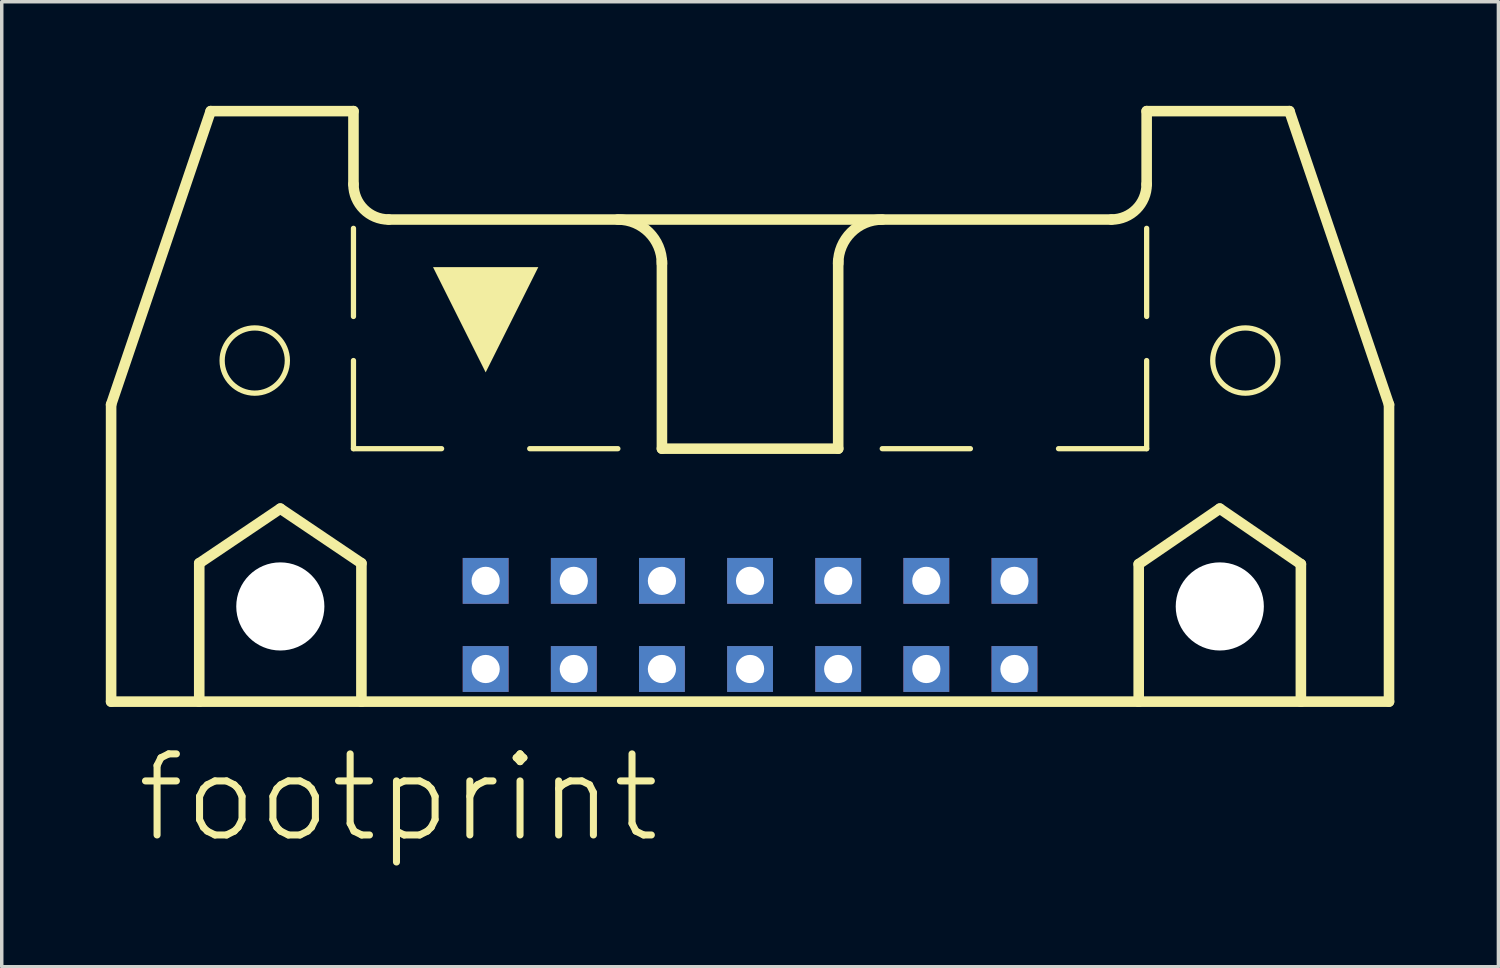
<source format=kicad_pcb>
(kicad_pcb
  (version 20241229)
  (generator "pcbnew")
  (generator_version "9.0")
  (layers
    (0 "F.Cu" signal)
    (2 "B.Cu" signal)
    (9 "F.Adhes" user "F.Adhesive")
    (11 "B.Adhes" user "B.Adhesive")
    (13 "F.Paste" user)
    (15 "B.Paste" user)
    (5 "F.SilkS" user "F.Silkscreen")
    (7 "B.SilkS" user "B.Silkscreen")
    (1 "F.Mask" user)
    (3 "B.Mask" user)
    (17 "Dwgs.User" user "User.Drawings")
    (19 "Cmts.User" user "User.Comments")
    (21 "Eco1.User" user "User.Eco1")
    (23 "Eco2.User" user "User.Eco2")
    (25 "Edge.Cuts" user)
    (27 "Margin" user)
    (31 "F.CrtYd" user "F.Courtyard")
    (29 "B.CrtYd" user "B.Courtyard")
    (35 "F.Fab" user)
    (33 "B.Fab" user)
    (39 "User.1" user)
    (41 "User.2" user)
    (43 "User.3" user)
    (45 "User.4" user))
  (footprint "footprint"
    (layer "F.Cu")
    (at 18.567 11.151)
    (property "Reference" "footprint" (at -17.78 10.16 0) (layer "F.SilkS") (effects (font (size 2.337 2.337) (thickness 0.203)) (justify left bottom)))
    (fp_line (start -18.415 -2.54) (end -18.415 6.02) (stroke (width 0.305) (type solid)) (layer "F.SilkS"))
    (fp_line (start -18.415 -2.54) (end -15.545 -10.998) (stroke (width 0.305) (type solid)) (layer "F.SilkS"))
    (fp_line (start -18.415 6.02) (end -15.875 6.02) (stroke (width 0.305) (type solid)) (layer "F.SilkS"))
    (fp_line (start -15.875 2.032) (end -13.538 0.457) (stroke (width 0.305) (type solid)) (layer "F.SilkS"))
    (fp_line (start -15.875 6.02) (end -15.875 2.032) (stroke (width 0.305) (type solid)) (layer "F.SilkS"))
    (fp_line (start -15.875 6.02) (end -11.201 6.02) (stroke (width 0.305) (type solid)) (layer "F.SilkS"))
    (fp_line (start -13.538 0.457) (end -11.201 2.032) (stroke (width 0.305) (type solid)) (layer "F.SilkS"))
    (fp_line (start -11.43 -10.998) (end -15.545 -10.998) (stroke (width 0.305) (type solid)) (layer "F.SilkS"))
    (fp_line (start -11.43 -8.89) (end -11.43 -10.998) (stroke (width 0.305) (type solid)) (layer "F.SilkS"))
    (fp_line (start -11.43 -5.08) (end -11.43 -7.62) (stroke (width 0.152) (type solid)) (layer "F.SilkS"))
    (fp_line (start -11.43 -1.27) (end -11.43 -3.81) (stroke (width 0.152) (type solid)) (layer "F.SilkS"))
    (fp_line (start -11.43 -1.27) (end -8.89 -1.27) (stroke (width 0.152) (type solid)) (layer "F.SilkS"))
    (fp_line (start -11.201 2.032) (end -11.201 6.02) (stroke (width 0.305) (type solid)) (layer "F.SilkS"))
    (fp_line (start -11.201 6.02) (end 11.201 6.02) (stroke (width 0.305) (type solid)) (layer "F.SilkS"))
    (fp_line (start -10.414 -7.874) (end 10.414 -7.874) (stroke (width 0.305) (type solid)) (layer "F.SilkS"))
    (fp_line (start -6.35 -1.27) (end -3.81 -1.27) (stroke (width 0.152) (type solid)) (layer "F.SilkS"))
    (fp_line (start -2.54 -1.27) (end -2.54 -6.68) (stroke (width 0.305) (type solid)) (layer "F.SilkS"))
    (fp_line (start 0 -1.27) (end 2.54 -1.27) (stroke (width 0.152) (type solid)) (layer "F.SilkS"))
    (fp_line (start 2.54 -1.27) (end -2.54 -1.27) (stroke (width 0.305) (type solid)) (layer "F.SilkS"))
    (fp_line (start 2.54 -1.27) (end 2.54 -6.68) (stroke (width 0.305) (type solid)) (layer "F.SilkS"))
    (fp_line (start 6.35 -1.27) (end 3.81 -1.27) (stroke (width 0.152) (type solid)) (layer "F.SilkS"))
    (fp_line (start 11.201 2.057) (end 13.538 0.457) (stroke (width 0.305) (type solid)) (layer "F.SilkS"))
    (fp_line (start 11.201 6.02) (end 11.201 2.057) (stroke (width 0.305) (type solid)) (layer "F.SilkS"))
    (fp_line (start 11.201 6.02) (end 15.875 6.02) (stroke (width 0.305) (type solid)) (layer "F.SilkS"))
    (fp_line (start 11.43 -10.998) (end 15.545 -10.998) (stroke (width 0.305) (type solid)) (layer "F.SilkS"))
    (fp_line (start 11.43 -8.89) (end 11.43 -10.998) (stroke (width 0.305) (type solid)) (layer "F.SilkS"))
    (fp_line (start 11.43 -5.08) (end 11.43 -7.62) (stroke (width 0.152) (type solid)) (layer "F.SilkS"))
    (fp_line (start 11.43 -1.27) (end 8.89 -1.27) (stroke (width 0.152) (type solid)) (layer "F.SilkS"))
    (fp_line (start 11.43 -1.27) (end 11.43 -3.81) (stroke (width 0.152) (type solid)) (layer "F.SilkS"))
    (fp_line (start 13.538 0.457) (end 15.875 2.057) (stroke (width 0.305) (type solid)) (layer "F.SilkS"))
    (fp_line (start 15.875 2.057) (end 15.875 6.02) (stroke (width 0.305) (type solid)) (layer "F.SilkS"))
    (fp_line (start 15.875 6.02) (end 18.415 6.02) (stroke (width 0.305) (type solid)) (layer "F.SilkS"))
    (fp_line (start 18.415 -2.54) (end 15.545 -10.998) (stroke (width 0.305) (type solid)) (layer "F.SilkS"))
    (fp_line (start 18.415 6.02) (end 18.415 -2.54) (stroke (width 0.305) (type solid)) (layer "F.SilkS"))
    (fp_arc (start -10.414 -7.874) (mid -11.13242 -8.17158) (end -11.43 -8.89) (stroke (width 0.3048) (type solid)) (layer "F.SilkS"))
    (fp_arc (start -3.81 -7.874) (mid -2.911974 -7.502026) (end -2.54 -6.604) (stroke (width 0.3048) (type solid)) (layer "F.SilkS"))
    (fp_arc (start 2.54 -6.604) (mid 2.911974 -7.502026) (end 3.81 -7.874) (stroke (width 0.3048) (type solid)) (layer "F.SilkS"))
    (fp_arc (start 11.43 -8.89) (mid 11.13242 -8.17158) (end 10.414 -7.874) (stroke (width 0.3048) (type solid)) (layer "F.SilkS"))
    (fp_circle (center -14.275 -3.81) (end -13.335 -3.81) (stroke (width 0.152) (type solid)) (fill no) (layer "F.SilkS"))
    (fp_circle (center 14.275 -3.81) (end 15.215 -3.81) (stroke (width 0.152) (type solid)) (fill no) (layer "F.SilkS"))
    (fp_poly (pts (xy -7.62 -3.469) (xy -9.137 -6.502) (xy -6.103 -6.502)) (stroke (width 0) (type solid)) (fill yes) (layer "F.SilkS"))
    (pad "" np_thru_hole circle (at -13.538 3.277) (size 2.54 2.54) (drill 2.54) (layers "*.Cu" "*.Mask"))
    (pad "" np_thru_hole circle (at 13.538 3.277) (size 2.54 2.54) (drill 2.54) (layers "*.Cu" "*.Mask"))
    (pad "1" thru_hole rect (at -7.62 5.08) (size 1.321 1.321) (drill 0.813) (layers "*.Cu" "*.Mask"))
    (pad "2" thru_hole rect (at -7.62 2.54) (size 1.321 1.321) (drill 0.813) (layers "*.Cu" "*.Mask"))
    (pad "3" thru_hole rect (at -5.08 5.08) (size 1.321 1.321) (drill 0.813) (layers "*.Cu" "*.Mask"))
    (pad "4" thru_hole rect (at -5.08 2.54) (size 1.321 1.321) (drill 0.813) (layers "*.Cu" "*.Mask"))
    (pad "5" thru_hole rect (at -2.54 5.08) (size 1.321 1.321) (drill 0.813) (layers "*.Cu" "*.Mask"))
    (pad "6" thru_hole rect (at -2.54 2.54) (size 1.321 1.321) (drill 0.813) (layers "*.Cu" "*.Mask"))
    (pad "7" thru_hole rect (at 0 5.08) (size 1.321 1.321) (drill 0.813) (layers "*.Cu" "*.Mask"))
    (pad "8" thru_hole rect (at 0 2.54) (size 1.321 1.321) (drill 0.813) (layers "*.Cu" "*.Mask"))
    (pad "9" thru_hole rect (at 2.54 5.08) (size 1.321 1.321) (drill 0.813) (layers "*.Cu" "*.Mask"))
    (pad "10" thru_hole rect (at 2.54 2.54) (size 1.321 1.321) (drill 0.813) (layers "*.Cu" "*.Mask"))
    (pad "11" thru_hole rect (at 5.08 5.08) (size 1.321 1.321) (drill 0.813) (layers "*.Cu" "*.Mask"))
    (pad "12" thru_hole rect (at 5.08 2.54) (size 1.321 1.321) (drill 0.813) (layers "*.Cu" "*.Mask"))
    (pad "13" thru_hole rect (at 7.62 5.08) (size 1.321 1.321) (drill 0.813) (layers "*.Cu" "*.Mask"))
    (pad "14" thru_hole rect (at 7.62 2.54) (size 1.321 1.321) (drill 0.813) (layers "*.Cu" "*.Mask"))
    (zone (net_name "") (layer "F.Cu") (hatch edge 0.508) (connect_pads) (min_thickness 0.254) (filled_areas_thickness no) (keepout (tracks not_allowed) (vias not_allowed) (pads not_allowed) (copperpour not_allowed) (footprints allowed)) (placement (enabled no)) (fill) (polygon (pts (xy 6.96 14.427) (xy 6.93 14.092) (xy 6.843 13.767) (xy 6.701 13.462) (xy 6.508 13.186) (xy 6.27 12.948) (xy 5.994 12.755) (xy 5.689 12.613) (xy 5.364 12.526) (xy 5.029 12.497) (xy 4.694 12.526) (xy 4.369 12.613) (xy 4.064 12.755) (xy 3.788 12.948) (xy 3.55 13.186) (xy 3.357 13.462) (xy 3.215 13.767) (xy 3.128 14.092) (xy 3.099 14.427) (xy 3.128 14.762) (xy 3.215 15.087) (xy 3.357 15.392) (xy 3.55 15.668) (xy 3.788 15.906) (xy 4.064 16.099) (xy 4.369 16.241) (xy 4.694 16.328) (xy 5.029 16.358) (xy 5.364 16.328) (xy 5.689 16.241) (xy 5.994 16.099) (xy 6.27 15.906) (xy 6.508 15.668) (xy 6.701 15.392) (xy 6.843 15.087) (xy 6.93 14.762))))
    (zone (net_name "") (layer "F.Cu") (hatch edge 0.508) (connect_pads) (min_thickness 0.254) (filled_areas_thickness no) (keepout (tracks not_allowed) (vias not_allowed) (pads not_allowed) (copperpour not_allowed) (footprints allowed)) (placement (enabled no)) (fill) (polygon (pts (xy 34.036 14.427) (xy 34.007 14.092) (xy 33.92 13.767) (xy 33.777 13.462) (xy 33.584 13.186) (xy 33.346 12.948) (xy 33.071 12.755) (xy 32.766 12.613) (xy 32.441 12.526) (xy 32.106 12.497) (xy 31.77 12.526) (xy 31.445 12.613) (xy 31.14 12.755) (xy 30.865 12.948) (xy 30.627 13.186) (xy 30.434 13.462) (xy 30.292 13.767) (xy 30.205 14.092) (xy 30.175 14.427) (xy 30.205 14.762) (xy 30.292 15.087) (xy 30.434 15.392) (xy 30.627 15.668) (xy 30.865 15.906) (xy 31.14 16.099) (xy 31.445 16.241) (xy 31.77 16.328) (xy 32.106 16.358) (xy 32.441 16.328) (xy 32.766 16.241) (xy 33.071 16.099) (xy 33.346 15.906) (xy 33.584 15.668) (xy 33.777 15.392) (xy 33.92 15.087) (xy 34.007 14.762))))
    (zone (net_name "") (layer "B.Cu") (hatch edge 0.508) (connect_pads) (min_thickness 0.254) (filled_areas_thickness no) (keepout (tracks not_allowed) (vias not_allowed) (pads not_allowed) (copperpour not_allowed) (footprints allowed)) (placement (enabled no)) (fill) (polygon (pts (xy 6.96 14.427) (xy 6.93 14.092) (xy 6.843 13.767) (xy 6.701 13.462) (xy 6.508 13.186) (xy 6.27 12.948) (xy 5.994 12.755) (xy 5.689 12.613) (xy 5.364 12.526) (xy 5.029 12.497) (xy 4.694 12.526) (xy 4.369 12.613) (xy 4.064 12.755) (xy 3.788 12.948) (xy 3.55 13.186) (xy 3.357 13.462) (xy 3.215 13.767) (xy 3.128 14.092) (xy 3.099 14.427) (xy 3.128 14.762) (xy 3.215 15.087) (xy 3.357 15.392) (xy 3.55 15.668) (xy 3.788 15.906) (xy 4.064 16.099) (xy 4.369 16.241) (xy 4.694 16.328) (xy 5.029 16.358) (xy 5.364 16.328) (xy 5.689 16.241) (xy 5.994 16.099) (xy 6.27 15.906) (xy 6.508 15.668) (xy 6.701 15.392) (xy 6.843 15.087) (xy 6.93 14.762))))
    (zone (net_name "") (layer "B.Cu") (hatch edge 0.508) (connect_pads) (min_thickness 0.254) (filled_areas_thickness no) (keepout (tracks not_allowed) (vias not_allowed) (pads not_allowed) (copperpour not_allowed) (footprints allowed)) (placement (enabled no)) (fill) (polygon (pts (xy 34.036 14.427) (xy 34.007 14.092) (xy 33.92 13.767) (xy 33.777 13.462) (xy 33.584 13.186) (xy 33.346 12.948) (xy 33.071 12.755) (xy 32.766 12.613) (xy 32.441 12.526) (xy 32.106 12.497) (xy 31.77 12.526) (xy 31.445 12.613) (xy 31.14 12.755) (xy 30.865 12.948) (xy 30.627 13.186) (xy 30.434 13.462) (xy 30.292 13.767) (xy 30.205 14.092) (xy 30.175 14.427) (xy 30.205 14.762) (xy 30.292 15.087) (xy 30.434 15.392) (xy 30.627 15.668) (xy 30.865 15.906) (xy 31.14 16.099) (xy 31.445 16.241) (xy 31.77 16.328) (xy 32.106 16.358) (xy 32.441 16.328) (xy 32.766 16.241) (xy 33.071 16.099) (xy 33.346 15.906) (xy 33.584 15.668) (xy 33.777 15.392) (xy 33.92 15.087) (xy 34.007 14.762)))))
  (gr_rect
    (start -3 -3)
    (end 40.135 24.811)
    (stroke (width 0.1) (type default))
    (fill no)
    (layer "Edge.Cuts")))
</source>
